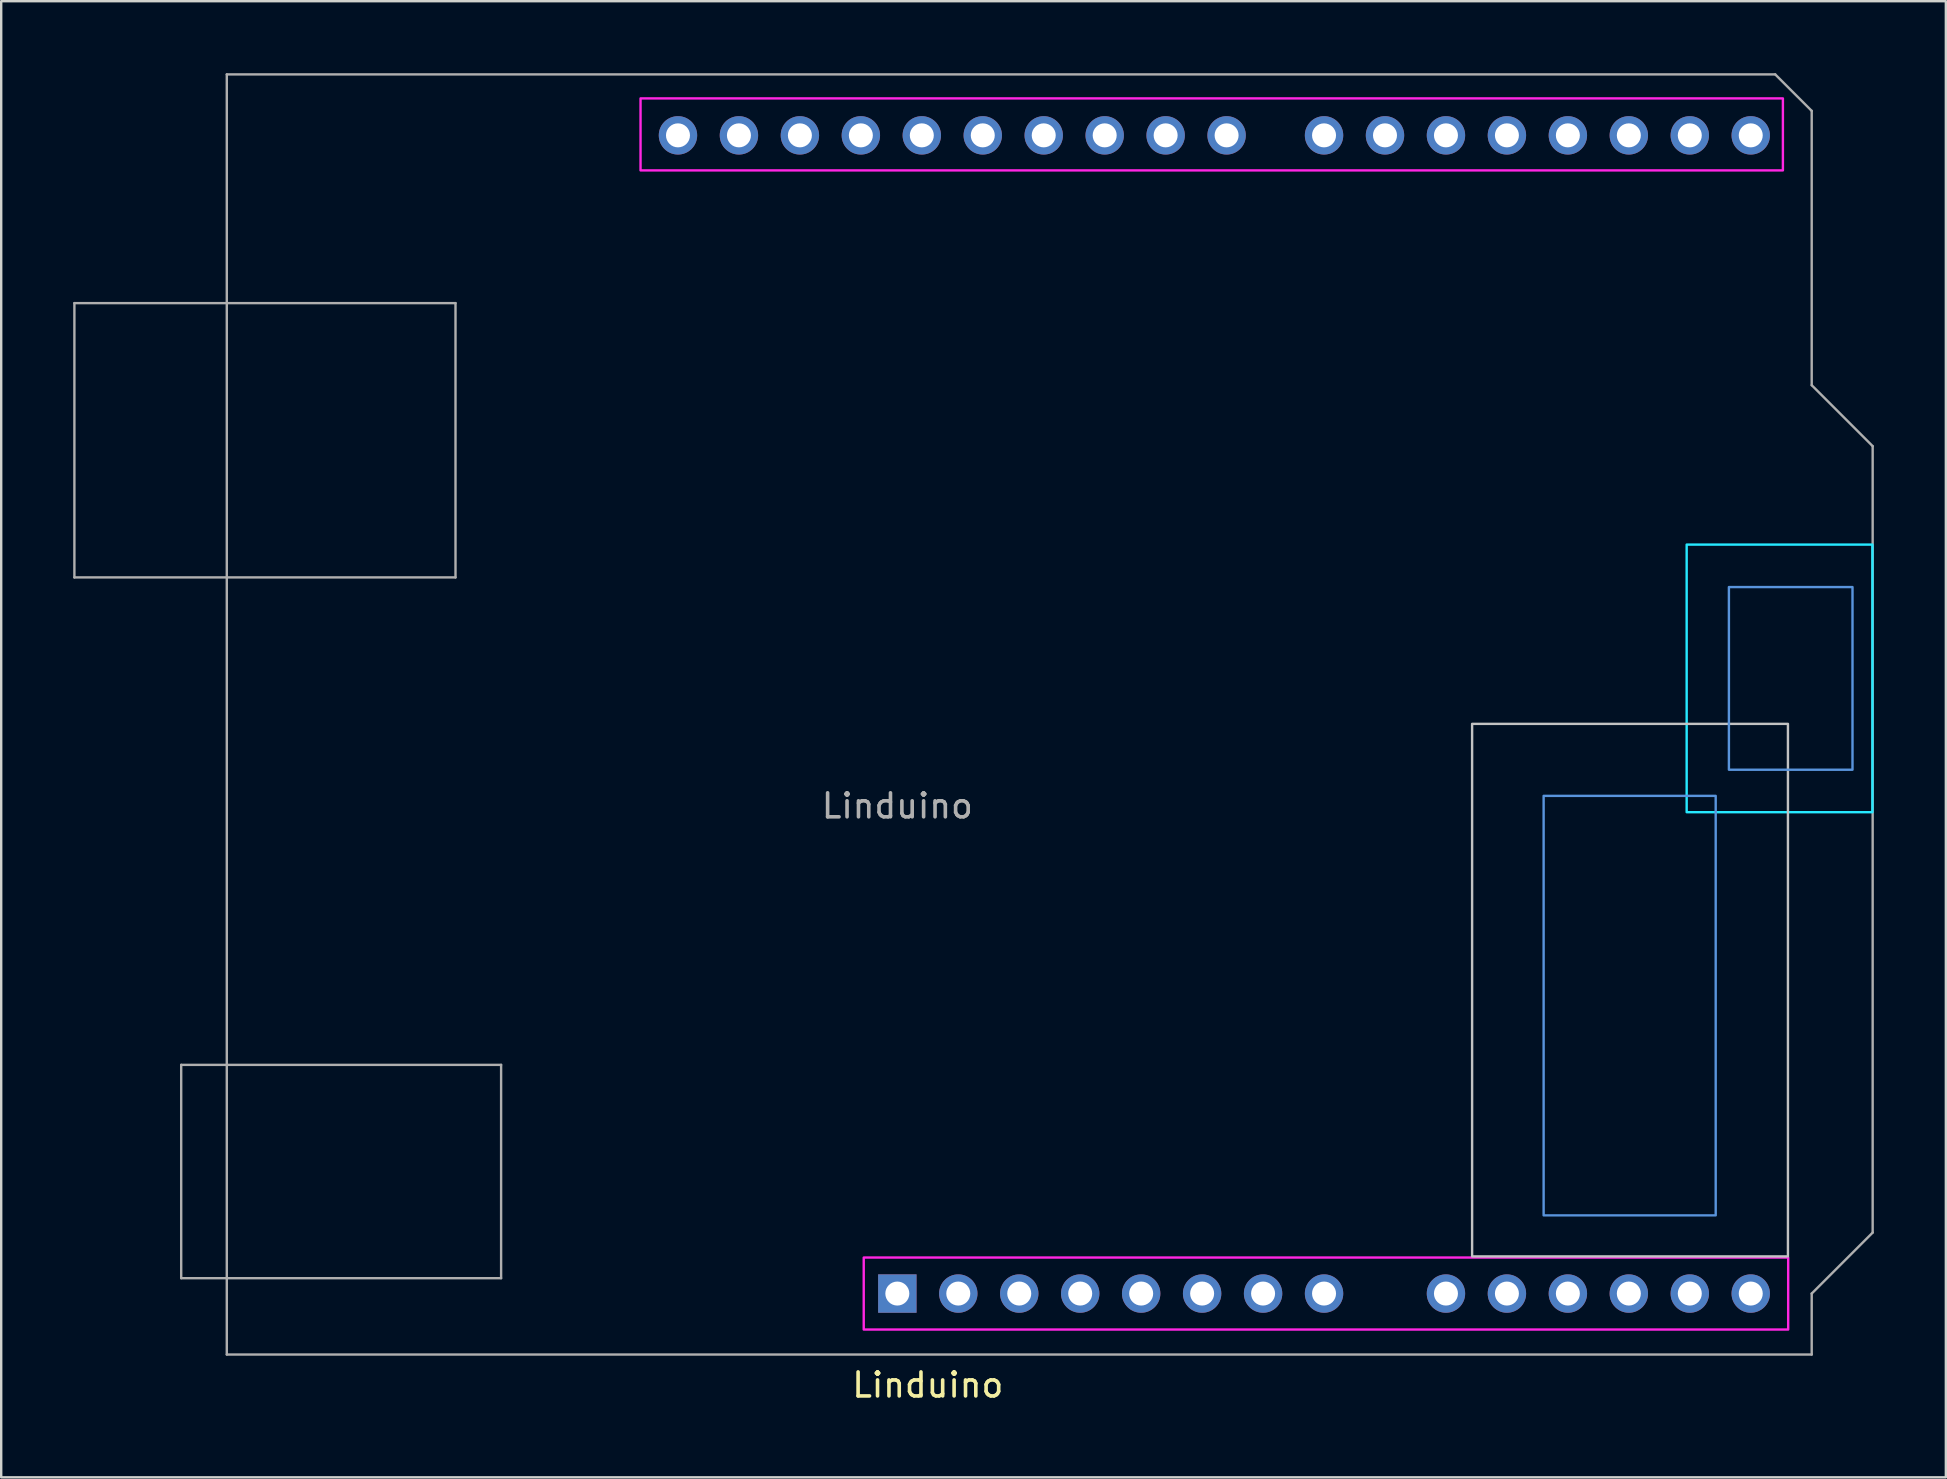
<source format=kicad_pcb>
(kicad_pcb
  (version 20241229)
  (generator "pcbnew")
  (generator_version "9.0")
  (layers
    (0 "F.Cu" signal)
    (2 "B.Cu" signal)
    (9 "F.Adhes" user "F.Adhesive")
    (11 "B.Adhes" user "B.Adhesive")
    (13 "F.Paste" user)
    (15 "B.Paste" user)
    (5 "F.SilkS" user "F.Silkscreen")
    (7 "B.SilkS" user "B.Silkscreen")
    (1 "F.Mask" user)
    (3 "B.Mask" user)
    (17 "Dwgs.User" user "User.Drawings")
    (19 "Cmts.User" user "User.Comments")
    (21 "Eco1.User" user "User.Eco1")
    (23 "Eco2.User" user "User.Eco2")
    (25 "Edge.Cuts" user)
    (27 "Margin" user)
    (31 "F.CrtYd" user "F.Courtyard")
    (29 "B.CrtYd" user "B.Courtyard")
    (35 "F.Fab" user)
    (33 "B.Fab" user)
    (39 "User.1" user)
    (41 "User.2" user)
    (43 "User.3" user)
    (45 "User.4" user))
  (footprint "Linduino"
    (layer "F.Cu")
    (at 34.34 4.622)
    (property "Reference" "Linduino" (at 1.27 50.038 180) (layer "F.SilkS") (effects (font (size 1 1) (thickness 0.15))))
    (attr through_hole)
    (fp_rect (start 23.95 22.49) (end 37.11 44.68) (stroke (width 0.1) (type default)) (fill no) (layer "Dwgs.User"))
    (fp_rect (start 26.93 25.49) (end 34.1 42.97) (stroke (width 0.1) (type default)) (fill no) (layer "Cmts.User"))
    (fp_rect (start 34.65 16.79) (end 39.8 24.4) (stroke (width 0.1) (type default)) (fill no) (layer "Cmts.User"))
    (fp_rect (start 32.89 15.02) (end 40.63 26.17) (stroke (width 0.1) (type default)) (fill no) (layer "B.CrtYd"))
    (fp_rect (start -10.7 -0.572) (end 36.9 -3.572) (stroke (width 0.1) (type default)) (fill no) (layer "F.CrtYd"))
    (fp_rect (start -1.4 47.728) (end 37.12 44.728) (stroke (width 0.1) (type default)) (fill no) (layer "F.CrtYd"))
    (fp_line (start -34.29 4.958) (end -34.29 16.388) (stroke (width 0.1) (type solid)) (layer "F.Fab"))
    (fp_line (start -34.29 16.388) (end -18.41 16.388) (stroke (width 0.1) (type solid)) (layer "F.Fab"))
    (fp_line (start -29.84 36.698) (end -29.84 45.588) (stroke (width 0.1) (type solid)) (layer "F.Fab"))
    (fp_line (start -29.84 45.588) (end -16.51 45.588) (stroke (width 0.1) (type solid)) (layer "F.Fab"))
    (fp_line (start -27.94 -4.572) (end -27.94 48.768) (stroke (width 0.1) (type solid)) (layer "F.Fab"))
    (fp_line (start -27.94 48.768) (end 38.1 48.768) (stroke (width 0.1) (type solid)) (layer "F.Fab"))
    (fp_line (start -18.41 4.958) (end -34.29 4.958) (stroke (width 0.1) (type solid)) (layer "F.Fab"))
    (fp_line (start -18.41 16.388) (end -18.41 4.958) (stroke (width 0.1) (type solid)) (layer "F.Fab"))
    (fp_line (start -16.51 36.698) (end -29.84 36.698) (stroke (width 0.1) (type solid)) (layer "F.Fab"))
    (fp_line (start -16.51 45.588) (end -16.51 36.698) (stroke (width 0.1) (type solid)) (layer "F.Fab"))
    (fp_line (start 36.58 -4.572) (end -27.94 -4.572) (stroke (width 0.1) (type solid)) (layer "F.Fab"))
    (fp_line (start 38.1 -3.052) (end 36.58 -4.572) (stroke (width 0.1) (type solid)) (layer "F.Fab"))
    (fp_line (start 38.1 8.378) (end 38.1 -3.052) (stroke (width 0.1) (type solid)) (layer "F.Fab"))
    (fp_line (start 38.1 46.228) (end 40.64 43.688) (stroke (width 0.1) (type solid)) (layer "F.Fab"))
    (fp_line (start 38.1 48.768) (end 38.1 46.228) (stroke (width 0.1) (type solid)) (layer "F.Fab"))
    (fp_line (start 40.64 10.918) (end 38.1 8.378) (stroke (width 0.1) (type solid)) (layer "F.Fab"))
    (fp_line (start 40.64 43.688) (end 40.64 10.918) (stroke (width 0.1) (type solid)) (layer "F.Fab"))
    (fp_text user "${REFERENCE}" (at 0 25.908 180) (layer "F.Fab") (effects (font (size 1 1) (thickness 0.15))))
    (pad "1" thru_hole rect (at 0 46.228 270) (size 1.6 1.6) (drill 1) (layers "*.Cu" "*.Mask"))
    (pad "2" thru_hole oval (at 2.54 46.228 270) (size 1.6 1.6) (drill 1) (layers "*.Cu" "*.Mask"))
    (pad "3" thru_hole oval (at 5.08 46.228 270) (size 1.6 1.6) (drill 1) (layers "*.Cu" "*.Mask"))
    (pad "4" thru_hole oval (at 7.62 46.228 270) (size 1.6 1.6) (drill 1) (layers "*.Cu" "*.Mask"))
    (pad "5" thru_hole oval (at 10.16 46.228 270) (size 1.6 1.6) (drill 1) (layers "*.Cu" "*.Mask"))
    (pad "6" thru_hole oval (at 12.7 46.228 270) (size 1.6 1.6) (drill 1) (layers "*.Cu" "*.Mask"))
    (pad "7" thru_hole oval (at 15.24 46.228 270) (size 1.6 1.6) (drill 1) (layers "*.Cu" "*.Mask"))
    (pad "8" thru_hole oval (at 17.78 46.228 270) (size 1.6 1.6) (drill 1) (layers "*.Cu" "*.Mask"))
    (pad "9" thru_hole oval (at 22.86 46.228 270) (size 1.6 1.6) (drill 1) (layers "*.Cu" "*.Mask"))
    (pad "10" thru_hole oval (at 25.4 46.228 270) (size 1.6 1.6) (drill 1) (layers "*.Cu" "*.Mask"))
    (pad "11" thru_hole oval (at 27.94 46.228 270) (size 1.6 1.6) (drill 1) (layers "*.Cu" "*.Mask"))
    (pad "12" thru_hole oval (at 30.48 46.228 270) (size 1.6 1.6) (drill 1) (layers "*.Cu" "*.Mask"))
    (pad "13" thru_hole oval (at 33.02 46.228 270) (size 1.6 1.6) (drill 1) (layers "*.Cu" "*.Mask"))
    (pad "14" thru_hole oval (at 35.56 46.228 270) (size 1.6 1.6) (drill 1) (layers "*.Cu" "*.Mask"))
    (pad "15" thru_hole oval (at 35.56 -2.032 270) (size 1.6 1.6) (drill 1) (layers "*.Cu" "*.Mask"))
    (pad "16" thru_hole oval (at 33.02 -2.032 270) (size 1.6 1.6) (drill 1) (layers "*.Cu" "*.Mask"))
    (pad "17" thru_hole oval (at 30.48 -2.032 270) (size 1.6 1.6) (drill 1) (layers "*.Cu" "*.Mask"))
    (pad "18" thru_hole oval (at 27.94 -2.032 270) (size 1.6 1.6) (drill 1) (layers "*.Cu" "*.Mask"))
    (pad "19" thru_hole oval (at 25.4 -2.032 270) (size 1.6 1.6) (drill 1) (layers "*.Cu" "*.Mask"))
    (pad "20" thru_hole oval (at 22.86 -2.032 270) (size 1.6 1.6) (drill 1) (layers "*.Cu" "*.Mask"))
    (pad "21" thru_hole oval (at 20.32 -2.032 270) (size 1.6 1.6) (drill 1) (layers "*.Cu" "*.Mask"))
    (pad "22" thru_hole oval (at 17.78 -2.032 270) (size 1.6 1.6) (drill 1) (layers "*.Cu" "*.Mask"))
    (pad "23" thru_hole oval (at 13.72 -2.032 270) (size 1.6 1.6) (drill 1) (layers "*.Cu" "*.Mask"))
    (pad "24" thru_hole oval (at 11.18 -2.032 270) (size 1.6 1.6) (drill 1) (layers "*.Cu" "*.Mask"))
    (pad "25" thru_hole oval (at 8.64 -2.032 270) (size 1.6 1.6) (drill 1) (layers "*.Cu" "*.Mask"))
    (pad "26" thru_hole oval (at 6.1 -2.032 270) (size 1.6 1.6) (drill 1) (layers "*.Cu" "*.Mask"))
    (pad "27" thru_hole oval (at 3.56 -2.032 270) (size 1.6 1.6) (drill 1) (layers "*.Cu" "*.Mask"))
    (pad "28" thru_hole oval (at 1.02 -2.032 270) (size 1.6 1.6) (drill 1) (layers "*.Cu" "*.Mask"))
    (pad "29" thru_hole oval (at -1.52 -2.032 270) (size 1.6 1.6) (drill 1) (layers "*.Cu" "*.Mask"))
    (pad "30" thru_hole oval (at -4.06 -2.032 270) (size 1.6 1.6) (drill 1) (layers "*.Cu" "*.Mask"))
    (pad "31" thru_hole oval (at -6.6 -2.032 270) (size 1.6 1.6) (drill 1) (layers "*.Cu" "*.Mask"))
    (pad "32" thru_hole oval (at -9.14 -2.032 270) (size 1.6 1.6) (drill 1) (layers "*.Cu" "*.Mask")))
  (gr_rect
    (start -3 -3)
    (end 78.03 58.508)
    (stroke (width 0.1) (type default))
    (fill no)
    (layer "Edge.Cuts")))
</source>
